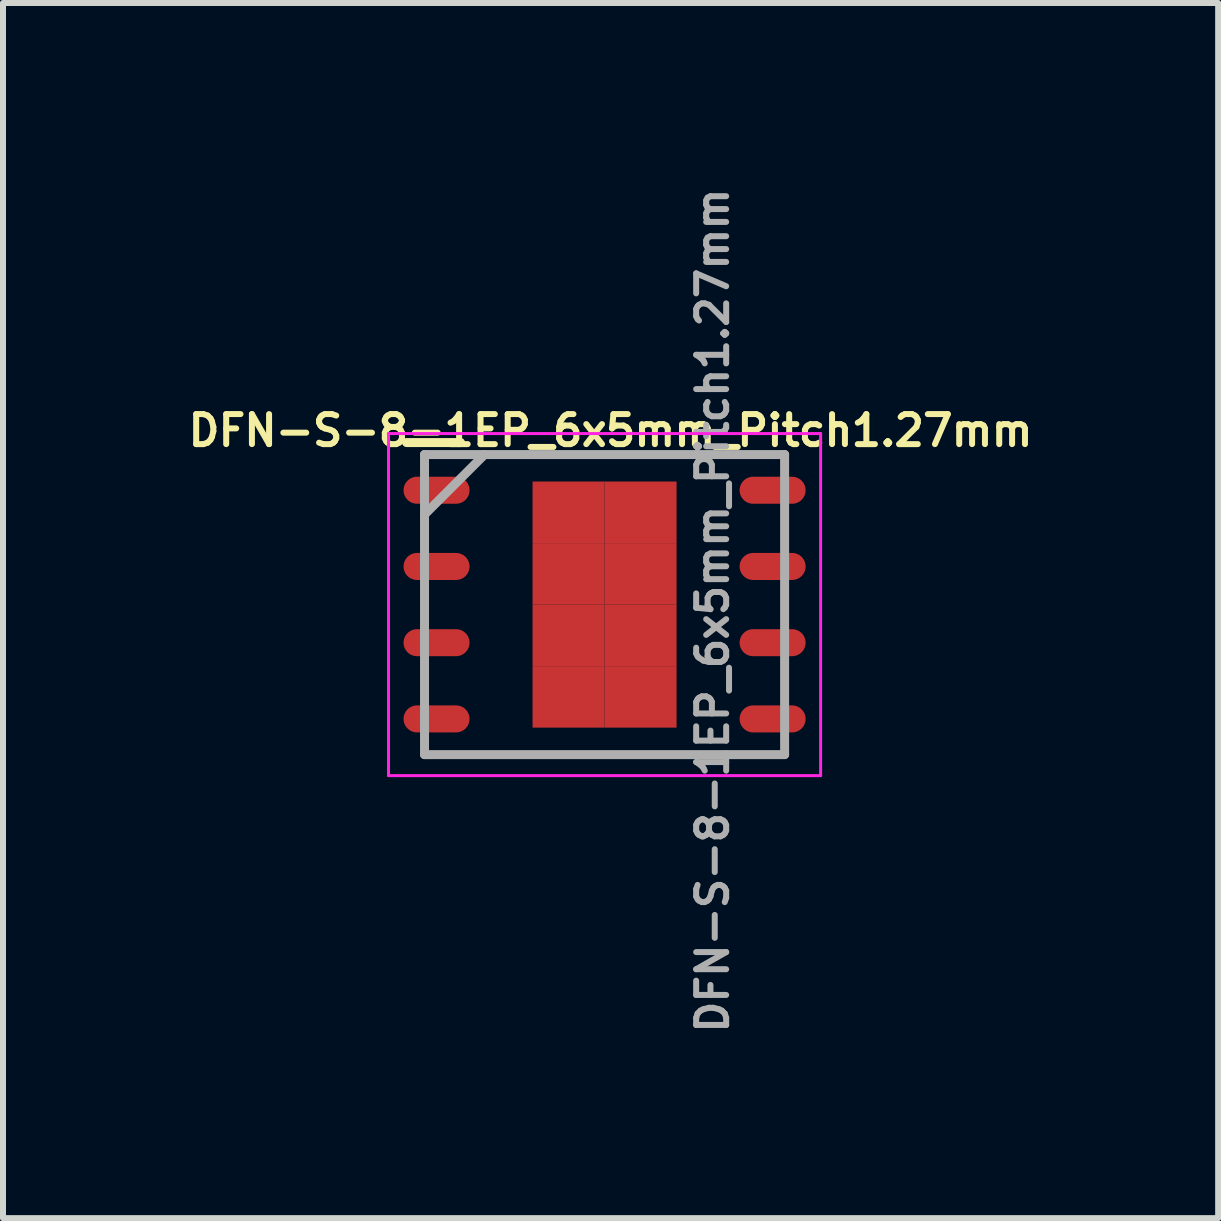
<source format=kicad_pcb>
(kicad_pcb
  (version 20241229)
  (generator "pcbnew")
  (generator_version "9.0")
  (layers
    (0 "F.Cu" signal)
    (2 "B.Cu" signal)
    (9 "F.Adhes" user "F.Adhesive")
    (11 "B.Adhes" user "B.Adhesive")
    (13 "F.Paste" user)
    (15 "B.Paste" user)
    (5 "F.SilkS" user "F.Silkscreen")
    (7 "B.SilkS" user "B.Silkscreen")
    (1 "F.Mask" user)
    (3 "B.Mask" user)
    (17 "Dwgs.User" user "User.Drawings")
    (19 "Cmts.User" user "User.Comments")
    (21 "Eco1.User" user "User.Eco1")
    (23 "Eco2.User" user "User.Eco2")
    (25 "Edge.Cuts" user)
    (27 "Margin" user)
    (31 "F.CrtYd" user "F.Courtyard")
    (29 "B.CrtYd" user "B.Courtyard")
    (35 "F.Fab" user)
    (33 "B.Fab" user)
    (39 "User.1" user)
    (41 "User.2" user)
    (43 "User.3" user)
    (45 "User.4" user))
  (footprint "DFN-S-8-1EP_6x5mm_Pitch1.27mm"
    (layer "F.Cu")
    (at 7.024 7.024)
    (property "Reference" "DFN-S-8-1EP_6x5mm_Pitch1.27mm" (at 0.1 -2.9 0) (layer "F.SilkS") (effects (font (size 0.5 0.5) (thickness 0.1))))
    (attr smd)
    (fp_line (start -3.3 -2.7) (end -2.4 -2.7) (stroke (width 0.15) (type solid)) (layer "F.SilkS"))
    (fp_line (start -3.6 -2.85) (end -3.6 2.85) (stroke (width 0.05) (type solid)) (layer "F.CrtYd"))
    (fp_line (start -3.6 -2.85) (end 3.6 -2.85) (stroke (width 0.05) (type solid)) (layer "F.CrtYd"))
    (fp_line (start -3.6 2.85) (end 3.6 2.85) (stroke (width 0.05) (type solid)) (layer "F.CrtYd"))
    (fp_line (start 3.6 -2.85) (end 3.6 2.85) (stroke (width 0.05) (type solid)) (layer "F.CrtYd"))
    (fp_line (start -3 -2.5) (end 3 -2.5) (stroke (width 0.15) (type solid)) (layer "F.Fab"))
    (fp_line (start -3 -1.5) (end -2 -2.5) (stroke (width 0.15) (type solid)) (layer "F.Fab"))
    (fp_line (start -3 2.5) (end -3 -2.5) (stroke (width 0.15) (type solid)) (layer "F.Fab"))
    (fp_line (start 3 -2.5) (end 3 2.5) (stroke (width 0.15) (type solid)) (layer "F.Fab"))
    (fp_line (start 3 2.5) (end -3 2.5) (stroke (width 0.15) (type solid)) (layer "F.Fab"))
    (fp_text user "${REFERENCE}" (at 1.8 0.1 90) (layer "F.Fab") (effects (font (size 0.5 0.5) (thickness 0.1))))
    (pad "1" smd oval (at -2.8 -1.905) (size 1.1 0.45) (layers "F.Cu" "F.Mask" "F.Paste"))
    (pad "2" smd oval (at -2.8 -0.635) (size 1.1 0.45) (layers "F.Cu" "F.Mask" "F.Paste"))
    (pad "3" smd oval (at -2.8 0.635) (size 1.1 0.45) (layers "F.Cu" "F.Mask" "F.Paste"))
    (pad "4" smd oval (at -2.8 1.905) (size 1.1 0.45) (layers "F.Cu" "F.Mask" "F.Paste"))
    (pad "5" smd oval (at 2.8 1.905) (size 1.1 0.45) (layers "F.Cu" "F.Mask" "F.Paste"))
    (pad "6" smd oval (at 2.8 0.635) (size 1.1 0.45) (layers "F.Cu" "F.Mask" "F.Paste"))
    (pad "7" smd oval (at 2.8 -0.635) (size 1.1 0.45) (layers "F.Cu" "F.Mask" "F.Paste"))
    (pad "8" smd oval (at 2.8 -1.905) (size 1.1 0.45) (layers "F.Cu" "F.Mask" "F.Paste"))
    (pad "9" smd rect (at -0.6 -1.538) (size 1.2 1.025) (layers "F.Cu" "F.Mask" "F.Paste"))
    (pad "9" smd rect (at -0.6 -0.512) (size 1.2 1.025) (layers "F.Cu" "F.Mask" "F.Paste"))
    (pad "9" smd rect (at -0.6 0.512) (size 1.2 1.025) (layers "F.Cu" "F.Mask" "F.Paste"))
    (pad "9" smd rect (at -0.6 1.538) (size 1.2 1.025) (layers "F.Cu" "F.Mask" "F.Paste"))
    (pad "9" smd rect (at 0.6 -1.538) (size 1.2 1.025) (layers "F.Cu" "F.Mask" "F.Paste"))
    (pad "9" smd rect (at 0.6 -0.512) (size 1.2 1.025) (layers "F.Cu" "F.Mask" "F.Paste"))
    (pad "9" smd rect (at 0.6 0.512) (size 1.2 1.025) (layers "F.Cu" "F.Mask" "F.Paste"))
    (pad "9" smd rect (at 0.6 1.538) (size 1.2 1.025) (layers "F.Cu" "F.Mask" "F.Paste")))
  (gr_rect
    (start -3 -3)
    (end 17.248 17.248)
    (stroke (width 0.1) (type default))
    (fill no)
    (layer "Edge.Cuts")))
</source>
